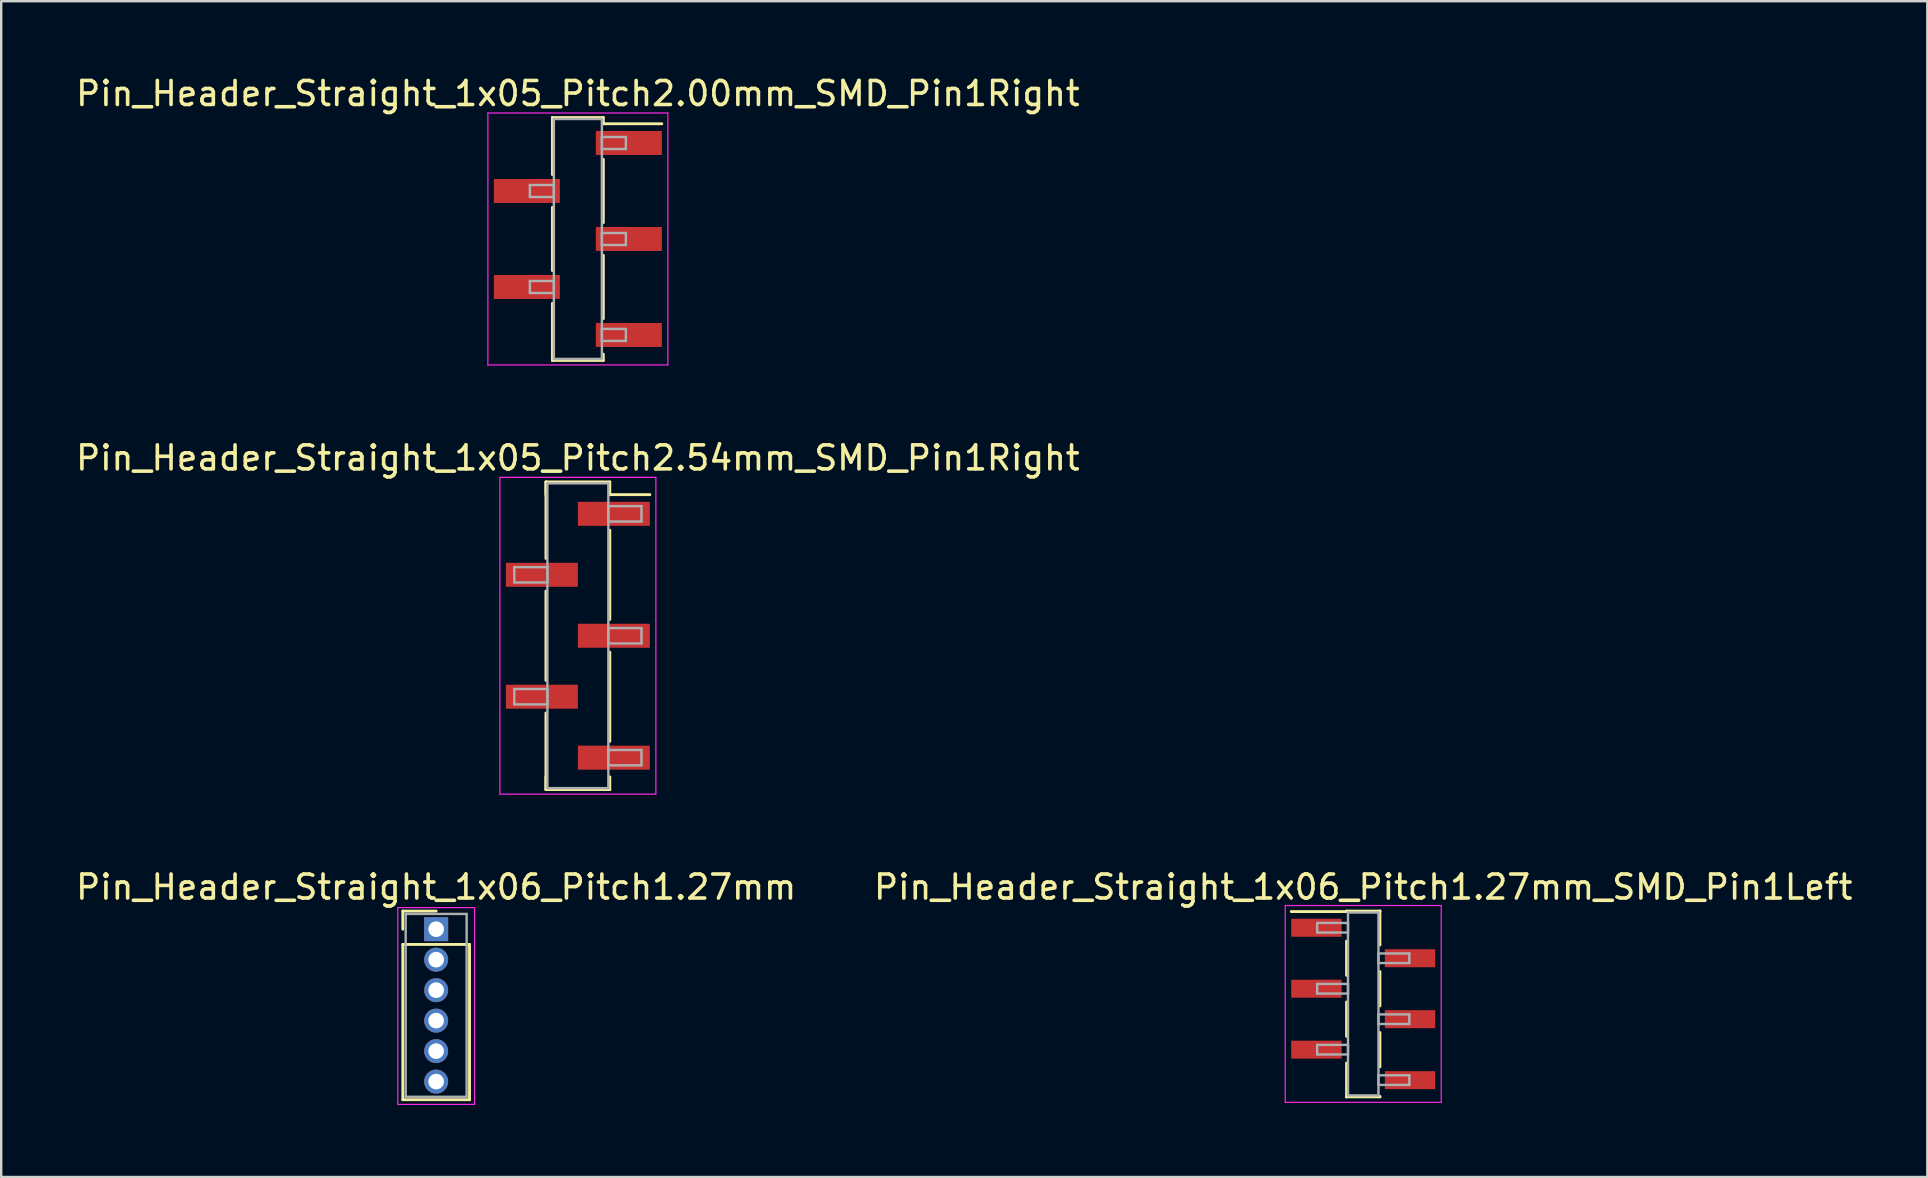
<source format=kicad_pcb>
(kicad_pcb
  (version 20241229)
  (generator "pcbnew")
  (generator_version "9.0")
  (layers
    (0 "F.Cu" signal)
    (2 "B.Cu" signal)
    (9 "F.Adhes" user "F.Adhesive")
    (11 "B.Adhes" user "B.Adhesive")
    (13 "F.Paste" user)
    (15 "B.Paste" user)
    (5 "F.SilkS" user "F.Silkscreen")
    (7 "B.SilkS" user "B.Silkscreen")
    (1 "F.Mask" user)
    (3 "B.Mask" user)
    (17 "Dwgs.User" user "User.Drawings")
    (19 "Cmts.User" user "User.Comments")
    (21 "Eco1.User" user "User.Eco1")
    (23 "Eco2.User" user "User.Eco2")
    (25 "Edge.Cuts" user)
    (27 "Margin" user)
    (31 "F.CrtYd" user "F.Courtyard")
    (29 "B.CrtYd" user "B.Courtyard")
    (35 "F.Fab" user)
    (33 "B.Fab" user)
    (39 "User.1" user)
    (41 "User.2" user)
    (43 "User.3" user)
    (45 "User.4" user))
  (footprint "Pin_Header_Straight_1x06_Pitch1.27mm_SMD_Pin1Left"
    (layer "F.Cu")
    (at 53.756 38.785)
    (property "Reference" "Pin_Header_Straight_1x06_Pitch1.27mm_SMD_Pin1Left" (at 0 -4.87 0) (layer "F.SilkS") (effects (font (size 1 1) (thickness 0.15))))
    (attr smd)
    (fp_line (start -0.695 -3.87) (end 0.695 -3.87) (stroke (width 0.12) (type solid)) (layer "F.SilkS"))
    (fp_line (start -0.695 -3.85) (end -3 -3.85) (stroke (width 0.12) (type solid)) (layer "F.SilkS"))
    (fp_line (start -0.695 -3.85) (end -0.695 -3.87) (stroke (width 0.12) (type solid)) (layer "F.SilkS"))
    (fp_line (start -0.695 -2.62) (end -0.695 -1.19) (stroke (width 0.12) (type solid)) (layer "F.SilkS"))
    (fp_line (start -0.695 -0.08) (end -0.695 1.35) (stroke (width 0.12) (type solid)) (layer "F.SilkS"))
    (fp_line (start -0.695 2.46) (end -0.695 3.87) (stroke (width 0.12) (type solid)) (layer "F.SilkS"))
    (fp_line (start -0.695 3.85) (end -0.695 3.87) (stroke (width 0.12) (type solid)) (layer "F.SilkS"))
    (fp_line (start -0.695 3.87) (end 0.695 3.87) (stroke (width 0.12) (type solid)) (layer "F.SilkS"))
    (fp_line (start 0.695 -3.87) (end 0.695 -3.85) (stroke (width 0.12) (type solid)) (layer "F.SilkS"))
    (fp_line (start 0.695 -3.87) (end 0.695 -2.46) (stroke (width 0.12) (type solid)) (layer "F.SilkS"))
    (fp_line (start 0.695 -1.35) (end 0.695 0.08) (stroke (width 0.12) (type solid)) (layer "F.SilkS"))
    (fp_line (start 0.695 1.19) (end 0.695 2.62) (stroke (width 0.12) (type solid)) (layer "F.SilkS"))
    (fp_line (start 0.695 3.87) (end 0.695 3.85) (stroke (width 0.12) (type solid)) (layer "F.SilkS"))
    (fp_line (start -3.25 -4.1) (end -3.25 4.1) (stroke (width 0.05) (type solid)) (layer "F.CrtYd"))
    (fp_line (start -3.25 4.1) (end 3.25 4.1) (stroke (width 0.05) (type solid)) (layer "F.CrtYd"))
    (fp_line (start 3.25 -4.1) (end -3.25 -4.1) (stroke (width 0.05) (type solid)) (layer "F.CrtYd"))
    (fp_line (start 3.25 4.1) (end 3.25 -4.1) (stroke (width 0.05) (type solid)) (layer "F.CrtYd"))
    (fp_line (start -1.92 -3.375) (end -0.635 -3.375) (stroke (width 0.1) (type solid)) (layer "F.Fab"))
    (fp_line (start -1.92 -2.975) (end -1.92 -3.375) (stroke (width 0.1) (type solid)) (layer "F.Fab"))
    (fp_line (start -1.92 -0.835) (end -0.635 -0.835) (stroke (width 0.1) (type solid)) (layer "F.Fab"))
    (fp_line (start -1.92 -0.435) (end -1.92 -0.835) (stroke (width 0.1) (type solid)) (layer "F.Fab"))
    (fp_line (start -1.92 1.705) (end -0.635 1.705) (stroke (width 0.1) (type solid)) (layer "F.Fab"))
    (fp_line (start -1.92 2.105) (end -1.92 1.705) (stroke (width 0.1) (type solid)) (layer "F.Fab"))
    (fp_line (start -0.635 -3.81) (end -0.635 3.81) (stroke (width 0.1) (type solid)) (layer "F.Fab"))
    (fp_line (start -0.635 -3.375) (end -0.635 -2.975) (stroke (width 0.1) (type solid)) (layer "F.Fab"))
    (fp_line (start -0.635 -2.975) (end -1.92 -2.975) (stroke (width 0.1) (type solid)) (layer "F.Fab"))
    (fp_line (start -0.635 -0.835) (end -0.635 -0.435) (stroke (width 0.1) (type solid)) (layer "F.Fab"))
    (fp_line (start -0.635 -0.435) (end -1.92 -0.435) (stroke (width 0.1) (type solid)) (layer "F.Fab"))
    (fp_line (start -0.635 1.705) (end -0.635 2.105) (stroke (width 0.1) (type solid)) (layer "F.Fab"))
    (fp_line (start -0.635 2.105) (end -1.92 2.105) (stroke (width 0.1) (type solid)) (layer "F.Fab"))
    (fp_line (start -0.635 3.81) (end 0.635 3.81) (stroke (width 0.1) (type solid)) (layer "F.Fab"))
    (fp_line (start 0.635 -3.81) (end -0.635 -3.81) (stroke (width 0.1) (type solid)) (layer "F.Fab"))
    (fp_line (start 0.635 -2.105) (end 0.635 -1.705) (stroke (width 0.1) (type solid)) (layer "F.Fab"))
    (fp_line (start 0.635 -1.705) (end 1.92 -1.705) (stroke (width 0.1) (type solid)) (layer "F.Fab"))
    (fp_line (start 0.635 0.435) (end 0.635 0.835) (stroke (width 0.1) (type solid)) (layer "F.Fab"))
    (fp_line (start 0.635 0.835) (end 1.92 0.835) (stroke (width 0.1) (type solid)) (layer "F.Fab"))
    (fp_line (start 0.635 2.975) (end 0.635 3.375) (stroke (width 0.1) (type solid)) (layer "F.Fab"))
    (fp_line (start 0.635 3.375) (end 1.92 3.375) (stroke (width 0.1) (type solid)) (layer "F.Fab"))
    (fp_line (start 0.635 3.81) (end 0.635 -3.81) (stroke (width 0.1) (type solid)) (layer "F.Fab"))
    (fp_line (start 1.92 -2.105) (end 0.635 -2.105) (stroke (width 0.1) (type solid)) (layer "F.Fab"))
    (fp_line (start 1.92 -1.705) (end 1.92 -2.105) (stroke (width 0.1) (type solid)) (layer "F.Fab"))
    (fp_line (start 1.92 0.435) (end 0.635 0.435) (stroke (width 0.1) (type solid)) (layer "F.Fab"))
    (fp_line (start 1.92 0.835) (end 1.92 0.435) (stroke (width 0.1) (type solid)) (layer "F.Fab"))
    (fp_line (start 1.92 2.975) (end 0.635 2.975) (stroke (width 0.1) (type solid)) (layer "F.Fab"))
    (fp_line (start 1.92 3.375) (end 1.92 2.975) (stroke (width 0.1) (type solid)) (layer "F.Fab"))
    (pad "1" smd rect (at -1.95 -3.175) (size 2.1 0.75) (layers "F.Cu" "F.Mask"))
    (pad "2" smd rect (at 1.95 -1.905) (size 2.1 0.75) (layers "F.Cu" "F.Mask"))
    (pad "3" smd rect (at -1.95 -0.635) (size 2.1 0.75) (layers "F.Cu" "F.Mask"))
    (pad "4" smd rect (at 1.95 0.635) (size 2.1 0.75) (layers "F.Cu" "F.Mask"))
    (pad "5" smd rect (at -1.95 1.905) (size 2.1 0.75) (layers "F.Cu" "F.Mask"))
    (pad "6" smd rect (at 1.95 3.175) (size 2.1 0.75) (layers "F.Cu" "F.Mask")))
  (footprint "Pin_Header_Straight_1x06_Pitch1.27mm"
    (layer "F.Cu")
    (at 15.125 35.67)
    (property "Reference" "Pin_Header_Straight_1x06_Pitch1.27mm" (at 0 -1.755 0) (layer "F.SilkS") (effects (font (size 1 1) (thickness 0.15))))
    (attr through_hole)
    (fp_line (start -1.39 -0.755) (end 0 -0.755) (stroke (width 0.12) (type solid)) (layer "F.SilkS"))
    (fp_line (start -1.39 0) (end -1.39 -0.755) (stroke (width 0.12) (type solid)) (layer "F.SilkS"))
    (fp_line (start -1.39 0.635) (end -1.39 7.105) (stroke (width 0.12) (type solid)) (layer "F.SilkS"))
    (fp_line (start -1.39 7.105) (end 1.39 7.105) (stroke (width 0.12) (type solid)) (layer "F.SilkS"))
    (fp_line (start 1.39 0.635) (end -1.39 0.635) (stroke (width 0.12) (type solid)) (layer "F.SilkS"))
    (fp_line (start 1.39 7.105) (end 1.39 0.635) (stroke (width 0.12) (type solid)) (layer "F.SilkS"))
    (fp_line (start -1.6 -0.9) (end -1.6 7.3) (stroke (width 0.05) (type solid)) (layer "F.CrtYd"))
    (fp_line (start -1.6 7.3) (end 1.6 7.3) (stroke (width 0.05) (type solid)) (layer "F.CrtYd"))
    (fp_line (start 1.6 -0.9) (end -1.6 -0.9) (stroke (width 0.05) (type solid)) (layer "F.CrtYd"))
    (fp_line (start 1.6 7.3) (end 1.6 -0.9) (stroke (width 0.05) (type solid)) (layer "F.CrtYd"))
    (fp_line (start -1.27 -0.635) (end -1.27 6.985) (stroke (width 0.1) (type solid)) (layer "F.Fab"))
    (fp_line (start -1.27 6.985) (end 1.27 6.985) (stroke (width 0.1) (type solid)) (layer "F.Fab"))
    (fp_line (start 1.27 -0.635) (end -1.27 -0.635) (stroke (width 0.1) (type solid)) (layer "F.Fab"))
    (fp_line (start 1.27 6.985) (end 1.27 -0.635) (stroke (width 0.1) (type solid)) (layer "F.Fab"))
    (pad "1" thru_hole rect (at 0 0) (size 1 1) (drill 0.65) (layers "*.Cu" "*.Mask"))
    (pad "2" thru_hole oval (at 0 1.27) (size 1 1) (drill 0.65) (layers "*.Cu" "*.Mask"))
    (pad "3" thru_hole oval (at 0 2.54) (size 1 1) (drill 0.65) (layers "*.Cu" "*.Mask"))
    (pad "4" thru_hole oval (at 0 3.81) (size 1 1) (drill 0.65) (layers "*.Cu" "*.Mask"))
    (pad "5" thru_hole oval (at 0 5.08) (size 1 1) (drill 0.65) (layers "*.Cu" "*.Mask"))
    (pad "6" thru_hole oval (at 0 6.35) (size 1 1) (drill 0.65) (layers "*.Cu" "*.Mask")))
  (footprint "Pin_Header_Straight_1x05_Pitch2.00mm_SMD_Pin1Right"
    (layer "F.Cu")
    (at 21.03 6.908)
    (property "Reference" "Pin_Header_Straight_1x05_Pitch2.00mm_SMD_Pin1Right" (at 0 -6.06 0) (layer "F.SilkS") (effects (font (size 1 1) (thickness 0.15))))
    (attr smd)
    (fp_line (start -1.06 -5.06) (end -1.06 -2.68) (stroke (width 0.12) (type solid)) (layer "F.SilkS"))
    (fp_line (start -1.06 -5.06) (end 1.06 -5.06) (stroke (width 0.12) (type solid)) (layer "F.SilkS"))
    (fp_line (start -1.06 -4.8) (end -1.06 -5.06) (stroke (width 0.12) (type solid)) (layer "F.SilkS"))
    (fp_line (start -1.06 -1.32) (end -1.06 1.32) (stroke (width 0.12) (type solid)) (layer "F.SilkS"))
    (fp_line (start -1.06 2.68) (end -1.06 5.06) (stroke (width 0.12) (type solid)) (layer "F.SilkS"))
    (fp_line (start -1.06 4.8) (end -1.06 5.06) (stroke (width 0.12) (type solid)) (layer "F.SilkS"))
    (fp_line (start -1.06 5.06) (end 1.06 5.06) (stroke (width 0.12) (type solid)) (layer "F.SilkS"))
    (fp_line (start 1.06 -5.06) (end 1.06 -4.8) (stroke (width 0.12) (type solid)) (layer "F.SilkS"))
    (fp_line (start 1.06 -4.8) (end 3.5 -4.8) (stroke (width 0.12) (type solid)) (layer "F.SilkS"))
    (fp_line (start 1.06 -3.32) (end 1.06 -0.68) (stroke (width 0.12) (type solid)) (layer "F.SilkS"))
    (fp_line (start 1.06 0.68) (end 1.06 3.32) (stroke (width 0.12) (type solid)) (layer "F.SilkS"))
    (fp_line (start 1.06 5.06) (end 1.06 4.8) (stroke (width 0.12) (type solid)) (layer "F.SilkS"))
    (fp_line (start -3.75 -5.25) (end -3.75 5.25) (stroke (width 0.05) (type solid)) (layer "F.CrtYd"))
    (fp_line (start -3.75 5.25) (end 3.75 5.25) (stroke (width 0.05) (type solid)) (layer "F.CrtYd"))
    (fp_line (start 3.75 -5.25) (end -3.75 -5.25) (stroke (width 0.05) (type solid)) (layer "F.CrtYd"))
    (fp_line (start 3.75 5.25) (end 3.75 -5.25) (stroke (width 0.05) (type solid)) (layer "F.CrtYd"))
    (fp_line (start -2 -2.25) (end -1 -2.25) (stroke (width 0.1) (type solid)) (layer "F.Fab"))
    (fp_line (start -2 -1.75) (end -2 -2.25) (stroke (width 0.1) (type solid)) (layer "F.Fab"))
    (fp_line (start -2 1.75) (end -1 1.75) (stroke (width 0.1) (type solid)) (layer "F.Fab"))
    (fp_line (start -2 2.25) (end -2 1.75) (stroke (width 0.1) (type solid)) (layer "F.Fab"))
    (fp_line (start -1 -5) (end -1 5) (stroke (width 0.1) (type solid)) (layer "F.Fab"))
    (fp_line (start -1 -2.25) (end -1 -1.75) (stroke (width 0.1) (type solid)) (layer "F.Fab"))
    (fp_line (start -1 -1.75) (end -2 -1.75) (stroke (width 0.1) (type solid)) (layer "F.Fab"))
    (fp_line (start -1 1.75) (end -1 2.25) (stroke (width 0.1) (type solid)) (layer "F.Fab"))
    (fp_line (start -1 2.25) (end -2 2.25) (stroke (width 0.1) (type solid)) (layer "F.Fab"))
    (fp_line (start -1 5) (end 1 5) (stroke (width 0.1) (type solid)) (layer "F.Fab"))
    (fp_line (start 1 -5) (end -1 -5) (stroke (width 0.1) (type solid)) (layer "F.Fab"))
    (fp_line (start 1 -4.25) (end 1 -3.75) (stroke (width 0.1) (type solid)) (layer "F.Fab"))
    (fp_line (start 1 -3.75) (end 2 -3.75) (stroke (width 0.1) (type solid)) (layer "F.Fab"))
    (fp_line (start 1 -0.25) (end 1 0.25) (stroke (width 0.1) (type solid)) (layer "F.Fab"))
    (fp_line (start 1 0.25) (end 2 0.25) (stroke (width 0.1) (type solid)) (layer "F.Fab"))
    (fp_line (start 1 3.75) (end 1 4.25) (stroke (width 0.1) (type solid)) (layer "F.Fab"))
    (fp_line (start 1 4.25) (end 2 4.25) (stroke (width 0.1) (type solid)) (layer "F.Fab"))
    (fp_line (start 1 5) (end 1 -5) (stroke (width 0.1) (type solid)) (layer "F.Fab"))
    (fp_line (start 2 -4.25) (end 1 -4.25) (stroke (width 0.1) (type solid)) (layer "F.Fab"))
    (fp_line (start 2 -3.75) (end 2 -4.25) (stroke (width 0.1) (type solid)) (layer "F.Fab"))
    (fp_line (start 2 -0.25) (end 1 -0.25) (stroke (width 0.1) (type solid)) (layer "F.Fab"))
    (fp_line (start 2 0.25) (end 2 -0.25) (stroke (width 0.1) (type solid)) (layer "F.Fab"))
    (fp_line (start 2 3.75) (end 1 3.75) (stroke (width 0.1) (type solid)) (layer "F.Fab"))
    (fp_line (start 2 4.25) (end 2 3.75) (stroke (width 0.1) (type solid)) (layer "F.Fab"))
    (pad "1" smd rect (at 2.125 -4) (size 2.75 1) (layers "F.Cu" "F.Mask"))
    (pad "2" smd rect (at -2.125 -2) (size 2.75 1) (layers "F.Cu" "F.Mask"))
    (pad "3" smd rect (at 2.125 0) (size 2.75 1) (layers "F.Cu" "F.Mask"))
    (pad "4" smd rect (at -2.125 2) (size 2.75 1) (layers "F.Cu" "F.Mask"))
    (pad "5" smd rect (at 2.125 4) (size 2.75 1) (layers "F.Cu" "F.Mask")))
  (footprint "Pin_Header_Straight_1x05_Pitch2.54mm_SMD_Pin1Right"
    (layer "F.Cu")
    (at 21.03 23.442)
    (property "Reference" "Pin_Header_Straight_1x05_Pitch2.54mm_SMD_Pin1Right" (at 0 -7.41 0) (layer "F.SilkS") (effects (font (size 1 1) (thickness 0.15))))
    (attr smd)
    (fp_line (start -1.33 -6.41) (end -1.33 -3.22) (stroke (width 0.12) (type solid)) (layer "F.SilkS"))
    (fp_line (start -1.33 -6.41) (end 1.33 -6.41) (stroke (width 0.12) (type solid)) (layer "F.SilkS"))
    (fp_line (start -1.33 -5.88) (end -1.33 -6.41) (stroke (width 0.12) (type solid)) (layer "F.SilkS"))
    (fp_line (start -1.33 -1.86) (end -1.33 1.86) (stroke (width 0.12) (type solid)) (layer "F.SilkS"))
    (fp_line (start -1.33 3.22) (end -1.33 6.41) (stroke (width 0.12) (type solid)) (layer "F.SilkS"))
    (fp_line (start -1.33 5.88) (end -1.33 6.41) (stroke (width 0.12) (type solid)) (layer "F.SilkS"))
    (fp_line (start -1.33 6.41) (end 1.33 6.41) (stroke (width 0.12) (type solid)) (layer "F.SilkS"))
    (fp_line (start 1.33 -6.41) (end 1.33 -5.88) (stroke (width 0.12) (type solid)) (layer "F.SilkS"))
    (fp_line (start 1.33 -5.88) (end 3 -5.88) (stroke (width 0.12) (type solid)) (layer "F.SilkS"))
    (fp_line (start 1.33 -4.4) (end 1.33 -0.68) (stroke (width 0.12) (type solid)) (layer "F.SilkS"))
    (fp_line (start 1.33 0.68) (end 1.33 4.4) (stroke (width 0.12) (type solid)) (layer "F.SilkS"))
    (fp_line (start 1.33 6.41) (end 1.33 5.88) (stroke (width 0.12) (type solid)) (layer "F.SilkS"))
    (fp_line (start -3.25 -6.6) (end -3.25 6.6) (stroke (width 0.05) (type solid)) (layer "F.CrtYd"))
    (fp_line (start -3.25 6.6) (end 3.25 6.6) (stroke (width 0.05) (type solid)) (layer "F.CrtYd"))
    (fp_line (start 3.25 -6.6) (end -3.25 -6.6) (stroke (width 0.05) (type solid)) (layer "F.CrtYd"))
    (fp_line (start 3.25 6.6) (end 3.25 -6.6) (stroke (width 0.05) (type solid)) (layer "F.CrtYd"))
    (fp_line (start -2.65 -2.86) (end -1.27 -2.86) (stroke (width 0.1) (type solid)) (layer "F.Fab"))
    (fp_line (start -2.65 -2.22) (end -2.65 -2.86) (stroke (width 0.1) (type solid)) (layer "F.Fab"))
    (fp_line (start -2.65 2.22) (end -1.27 2.22) (stroke (width 0.1) (type solid)) (layer "F.Fab"))
    (fp_line (start -2.65 2.86) (end -2.65 2.22) (stroke (width 0.1) (type solid)) (layer "F.Fab"))
    (fp_line (start -1.27 -6.35) (end -1.27 6.35) (stroke (width 0.1) (type solid)) (layer "F.Fab"))
    (fp_line (start -1.27 -2.86) (end -1.27 -2.22) (stroke (width 0.1) (type solid)) (layer "F.Fab"))
    (fp_line (start -1.27 -2.22) (end -2.65 -2.22) (stroke (width 0.1) (type solid)) (layer "F.Fab"))
    (fp_line (start -1.27 2.22) (end -1.27 2.86) (stroke (width 0.1) (type solid)) (layer "F.Fab"))
    (fp_line (start -1.27 2.86) (end -2.65 2.86) (stroke (width 0.1) (type solid)) (layer "F.Fab"))
    (fp_line (start -1.27 6.35) (end 1.27 6.35) (stroke (width 0.1) (type solid)) (layer "F.Fab"))
    (fp_line (start 1.27 -6.35) (end -1.27 -6.35) (stroke (width 0.1) (type solid)) (layer "F.Fab"))
    (fp_line (start 1.27 -5.4) (end 1.27 -4.76) (stroke (width 0.1) (type solid)) (layer "F.Fab"))
    (fp_line (start 1.27 -4.76) (end 2.65 -4.76) (stroke (width 0.1) (type solid)) (layer "F.Fab"))
    (fp_line (start 1.27 -0.32) (end 1.27 0.32) (stroke (width 0.1) (type solid)) (layer "F.Fab"))
    (fp_line (start 1.27 0.32) (end 2.65 0.32) (stroke (width 0.1) (type solid)) (layer "F.Fab"))
    (fp_line (start 1.27 4.76) (end 1.27 5.4) (stroke (width 0.1) (type solid)) (layer "F.Fab"))
    (fp_line (start 1.27 5.4) (end 2.65 5.4) (stroke (width 0.1) (type solid)) (layer "F.Fab"))
    (fp_line (start 1.27 6.35) (end 1.27 -6.35) (stroke (width 0.1) (type solid)) (layer "F.Fab"))
    (fp_line (start 2.65 -5.4) (end 1.27 -5.4) (stroke (width 0.1) (type solid)) (layer "F.Fab"))
    (fp_line (start 2.65 -4.76) (end 2.65 -5.4) (stroke (width 0.1) (type solid)) (layer "F.Fab"))
    (fp_line (start 2.65 -0.32) (end 1.27 -0.32) (stroke (width 0.1) (type solid)) (layer "F.Fab"))
    (fp_line (start 2.65 0.32) (end 2.65 -0.32) (stroke (width 0.1) (type solid)) (layer "F.Fab"))
    (fp_line (start 2.65 4.76) (end 1.27 4.76) (stroke (width 0.1) (type solid)) (layer "F.Fab"))
    (fp_line (start 2.65 5.4) (end 2.65 4.76) (stroke (width 0.1) (type solid)) (layer "F.Fab"))
    (pad "1" smd rect (at 1.5 -5.08) (size 3 1) (layers "F.Cu" "F.Mask"))
    (pad "2" smd rect (at -1.5 -2.54) (size 3 1) (layers "F.Cu" "F.Mask"))
    (pad "3" smd rect (at 1.5 0) (size 3 1) (layers "F.Cu" "F.Mask"))
    (pad "4" smd rect (at -1.5 2.54) (size 3 1) (layers "F.Cu" "F.Mask"))
    (pad "5" smd rect (at 1.5 5.08) (size 3 1) (layers "F.Cu" "F.Mask")))
  (gr_rect
    (start -3 -3)
    (end 77.262 45.995)
    (stroke (width 0.1) (type default))
    (fill no)
    (layer "Edge.Cuts")))
</source>
